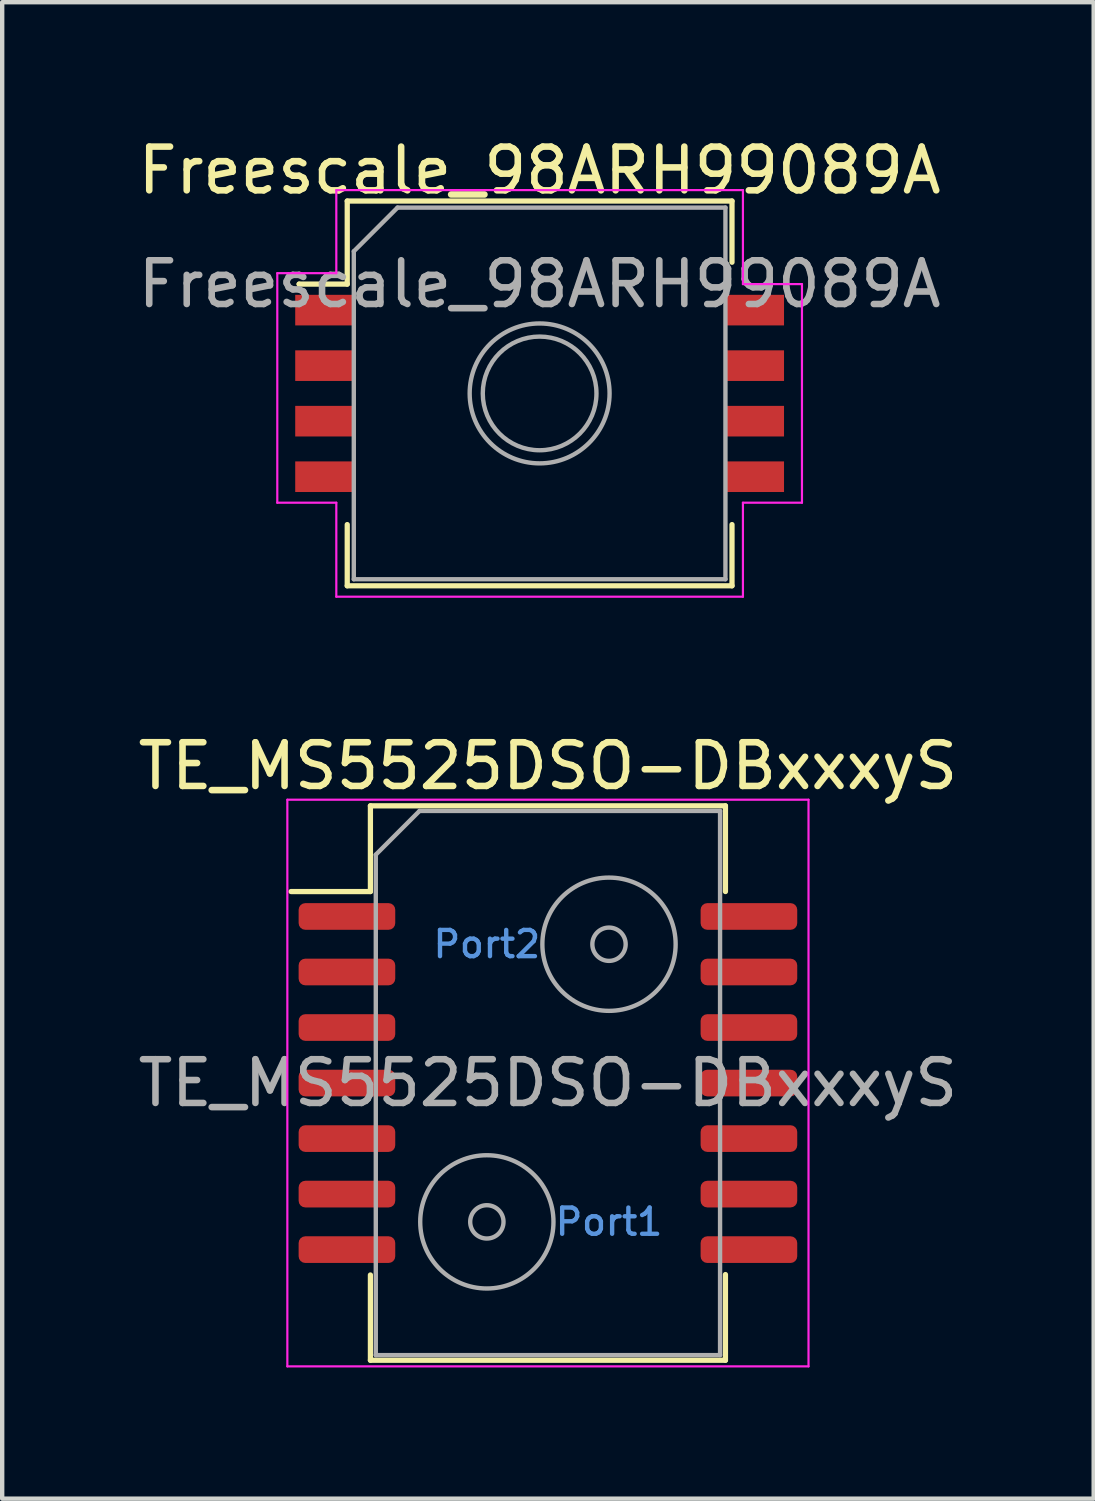
<source format=kicad_pcb>
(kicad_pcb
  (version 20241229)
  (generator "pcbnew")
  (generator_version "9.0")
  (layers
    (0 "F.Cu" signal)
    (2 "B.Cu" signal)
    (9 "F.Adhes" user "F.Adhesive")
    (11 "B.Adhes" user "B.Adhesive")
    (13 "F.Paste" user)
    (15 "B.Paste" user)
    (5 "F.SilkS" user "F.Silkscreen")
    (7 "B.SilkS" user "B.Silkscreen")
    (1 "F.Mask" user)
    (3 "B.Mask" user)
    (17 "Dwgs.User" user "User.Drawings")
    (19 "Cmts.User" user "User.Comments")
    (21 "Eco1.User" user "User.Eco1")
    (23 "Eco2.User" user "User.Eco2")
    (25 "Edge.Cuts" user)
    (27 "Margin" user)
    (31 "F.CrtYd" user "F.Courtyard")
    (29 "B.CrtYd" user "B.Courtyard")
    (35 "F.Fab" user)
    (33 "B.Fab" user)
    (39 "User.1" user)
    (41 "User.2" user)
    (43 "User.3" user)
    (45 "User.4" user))
  (footprint "TE_MS5525DSO-DBxxxyS"
    (layer "F.Cu")
    (at 9.482 21.721)
    (property "Reference" "TE_MS5525DSO-DBxxxyS" (at 0 -7.25 0) (layer "F.SilkS") (effects (font (size 1 1) (thickness 0.15))))
    (attr smd)
    (fp_line (start -4.06 -6.34) (end -4.06 -4.38) (stroke (width 0.12) (type solid)) (layer "F.SilkS"))
    (fp_line (start -4.06 -4.38) (end -5.875 -4.38) (stroke (width 0.12) (type solid)) (layer "F.SilkS"))
    (fp_line (start -4.06 6.34) (end -4.06 4.39) (stroke (width 0.12) (type solid)) (layer "F.SilkS"))
    (fp_line (start 4.06 -6.34) (end -4.06 -6.34) (stroke (width 0.12) (type solid)) (layer "F.SilkS"))
    (fp_line (start 4.06 -6.34) (end 4.06 -4.38) (stroke (width 0.12) (type solid)) (layer "F.SilkS"))
    (fp_line (start 4.06 6.34) (end -4.06 6.34) (stroke (width 0.12) (type solid)) (layer "F.SilkS"))
    (fp_line (start 4.06 6.34) (end 4.06 4.38) (stroke (width 0.12) (type solid)) (layer "F.SilkS"))
    (fp_line (start -5.96 -6.48) (end -5.96 6.48) (stroke (width 0.05) (type solid)) (layer "F.CrtYd"))
    (fp_line (start -5.96 -6.48) (end 5.96 -6.48) (stroke (width 0.05) (type solid)) (layer "F.CrtYd"))
    (fp_line (start -5.96 6.48) (end 5.96 6.48) (stroke (width 0.05) (type solid)) (layer "F.CrtYd"))
    (fp_line (start 5.96 -6.48) (end 5.96 6.48) (stroke (width 0.05) (type solid)) (layer "F.CrtYd"))
    (fp_line (start -3.937 6.223) (end -3.937 -5.223) (stroke (width 0.1) (type solid)) (layer "F.Fab"))
    (fp_line (start -3.937 6.223) (end 3.937 6.223) (stroke (width 0.1) (type solid)) (layer "F.Fab"))
    (fp_line (start -2.937 -6.223) (end -3.937 -5.223) (stroke (width 0.1) (type solid)) (layer "F.Fab"))
    (fp_line (start -2.937 -6.223) (end 3.937 -6.223) (stroke (width 0.1) (type solid)) (layer "F.Fab"))
    (fp_line (start 3.937 6.223) (end 3.937 -6.223) (stroke (width 0.1) (type solid)) (layer "F.Fab"))
    (fp_circle (center -1.397 3.175) (end -1.016 3.175) (stroke (width 0.1) (type solid)) (fill no) (layer "F.Fab"))
    (fp_circle (center -1.397 3.175) (end 0.127 3.175) (stroke (width 0.1) (type solid)) (fill no) (layer "F.Fab"))
    (fp_circle (center 1.397 -3.175) (end 1.778 -3.175) (stroke (width 0.1) (type solid)) (fill no) (layer "F.Fab"))
    (fp_circle (center 1.397 -3.175) (end 2.921 -3.175) (stroke (width 0.1) (type solid)) (fill no) (layer "F.Fab"))
    (fp_text user "Port1" (at 1.397 3.175 0) (layer "Cmts.User") (effects (font (size 0.6 0.6) (thickness 0.1))))
    (fp_text user "Port2" (at -1.397 -3.175 0) (layer "Cmts.User") (effects (font (size 0.6 0.6) (thickness 0.1))))
    (fp_text user "${REFERENCE}" (at 0 0 0) (layer "F.Fab") (effects (font (size 1 1) (thickness 0.15))))
    (pad "1" smd roundrect (at -4.597 -3.81) (size 2.21 0.61) (layers "F.Cu" "F.Mask" "F.Paste") (roundrect_rratio 0.25))
    (pad "2" smd roundrect (at -4.597 -2.54) (size 2.21 0.61) (layers "F.Cu" "F.Mask" "F.Paste") (roundrect_rratio 0.25))
    (pad "3" smd roundrect (at -4.597 -1.27) (size 2.21 0.61) (layers "F.Cu" "F.Mask" "F.Paste") (roundrect_rratio 0.25))
    (pad "4" smd roundrect (at -4.597 0) (size 2.21 0.61) (layers "F.Cu" "F.Mask" "F.Paste") (roundrect_rratio 0.25))
    (pad "5" smd roundrect (at -4.597 1.27) (size 2.21 0.61) (layers "F.Cu" "F.Mask" "F.Paste") (roundrect_rratio 0.25))
    (pad "6" smd roundrect (at -4.597 2.54) (size 2.21 0.61) (layers "F.Cu" "F.Mask" "F.Paste") (roundrect_rratio 0.25))
    (pad "7" smd roundrect (at -4.597 3.81) (size 2.21 0.61) (layers "F.Cu" "F.Mask" "F.Paste") (roundrect_rratio 0.25))
    (pad "8" smd roundrect (at 4.597 3.81) (size 2.21 0.61) (layers "F.Cu" "F.Mask" "F.Paste") (roundrect_rratio 0.25))
    (pad "9" smd roundrect (at 4.597 2.54) (size 2.21 0.61) (layers "F.Cu" "F.Mask" "F.Paste") (roundrect_rratio 0.25))
    (pad "10" smd roundrect (at 4.597 1.27) (size 2.21 0.61) (layers "F.Cu" "F.Mask" "F.Paste") (roundrect_rratio 0.25))
    (pad "11" smd roundrect (at 4.597 0) (size 2.21 0.61) (layers "F.Cu" "F.Mask" "F.Paste") (roundrect_rratio 0.25))
    (pad "12" smd roundrect (at 4.597 -1.27) (size 2.21 0.61) (layers "F.Cu" "F.Mask" "F.Paste") (roundrect_rratio 0.25))
    (pad "13" smd roundrect (at 4.597 -2.54) (size 2.21 0.61) (layers "F.Cu" "F.Mask" "F.Paste") (roundrect_rratio 0.25))
    (pad "14" smd roundrect (at 4.597 -3.81) (size 2.21 0.61) (layers "F.Cu" "F.Mask" "F.Paste") (roundrect_rratio 0.25)))
  (footprint "Freescale_98ARH99089A"
    (layer "F.Cu")
    (at 9.292 5.948)
    (property "Reference" "Freescale_98ARH99089A" (at 0 -5.1 0) (layer "F.SilkS") (effects (font (size 1 1) (thickness 0.15))))
    (attr smd)
    (fp_line (start -5.5 -2.5) (end -5.5 -2.5) (stroke (width 0.12) (type solid)) (layer "F.SilkS"))
    (fp_line (start -4.4 -4.4) (end -4.4 -2.5) (stroke (width 0.12) (type solid)) (layer "F.SilkS"))
    (fp_line (start -4.4 -2.5) (end -5.5 -2.5) (stroke (width 0.12) (type solid)) (layer "F.SilkS"))
    (fp_line (start -4.4 4.4) (end -4.4 3) (stroke (width 0.12) (type solid)) (layer "F.SilkS"))
    (fp_line (start 4.4 -4.4) (end -4.4 -4.4) (stroke (width 0.12) (type solid)) (layer "F.SilkS"))
    (fp_line (start 4.4 -3) (end 4.4 -4.4) (stroke (width 0.12) (type solid)) (layer "F.SilkS"))
    (fp_line (start 4.4 3) (end 4.4 4.4) (stroke (width 0.12) (type solid)) (layer "F.SilkS"))
    (fp_line (start 4.4 4.4) (end -4.4 4.4) (stroke (width 0.12) (type solid)) (layer "F.SilkS"))
    (fp_line (start -6 -2.75) (end -4.65 -2.75) (stroke (width 0.05) (type solid)) (layer "F.CrtYd"))
    (fp_line (start -6 2.5) (end -6 -2.75) (stroke (width 0.05) (type solid)) (layer "F.CrtYd"))
    (fp_line (start -5.75 -2.75) (end -5.75 -2.75) (stroke (width 0.05) (type solid)) (layer "F.CrtYd"))
    (fp_line (start -4.65 -4.65) (end 4.65 -4.65) (stroke (width 0.05) (type solid)) (layer "F.CrtYd"))
    (fp_line (start -4.65 -2.75) (end -4.65 -4.65) (stroke (width 0.05) (type solid)) (layer "F.CrtYd"))
    (fp_line (start -4.65 2.5) (end -6 2.5) (stroke (width 0.05) (type solid)) (layer "F.CrtYd"))
    (fp_line (start -4.65 4.65) (end -4.65 2.5) (stroke (width 0.05) (type solid)) (layer "F.CrtYd"))
    (fp_line (start 4.65 -4.65) (end 4.65 -2.5) (stroke (width 0.05) (type solid)) (layer "F.CrtYd"))
    (fp_line (start 4.65 -2.5) (end 6 -2.5) (stroke (width 0.05) (type solid)) (layer "F.CrtYd"))
    (fp_line (start 4.65 2.5) (end 4.65 4.65) (stroke (width 0.05) (type solid)) (layer "F.CrtYd"))
    (fp_line (start 4.65 4.65) (end -4.65 4.65) (stroke (width 0.05) (type solid)) (layer "F.CrtYd"))
    (fp_line (start 6 -2.5) (end 6 2.5) (stroke (width 0.05) (type solid)) (layer "F.CrtYd"))
    (fp_line (start 6 2.5) (end 4.65 2.5) (stroke (width 0.05) (type solid)) (layer "F.CrtYd"))
    (fp_line (start -4.25 -3.25) (end -3.25 -4.25) (stroke (width 0.1) (type solid)) (layer "F.Fab"))
    (fp_line (start -4.25 4.25) (end -4.25 -3.25) (stroke (width 0.1) (type solid)) (layer "F.Fab"))
    (fp_line (start -3.25 -4.25) (end 4.25 -4.25) (stroke (width 0.1) (type solid)) (layer "F.Fab"))
    (fp_line (start 4.25 -4.25) (end 4.25 4.25) (stroke (width 0.1) (type solid)) (layer "F.Fab"))
    (fp_line (start 4.25 4.25) (end -4.25 4.25) (stroke (width 0.1) (type solid)) (layer "F.Fab"))
    (fp_circle (center 0 0) (end 1.3 0) (stroke (width 0.1) (type solid)) (fill no) (layer "F.Fab"))
    (fp_circle (center 0 0) (end 1.6 0) (stroke (width 0.1) (type solid)) (fill no) (layer "F.Fab"))
    (fp_text user "${REFERENCE}" (at 0 -2.5 0) (layer "F.Fab") (effects (font (size 1 1) (thickness 0.15))))
    (pad "1" smd rect (at -4.915 -1.905) (size 1.35 0.7) (layers "F.Cu" "F.Mask" "F.Paste"))
    (pad "2" smd rect (at -4.915 -0.635) (size 1.35 0.7) (layers "F.Cu" "F.Mask" "F.Paste"))
    (pad "3" smd rect (at -4.915 0.635) (size 1.35 0.7) (layers "F.Cu" "F.Mask" "F.Paste"))
    (pad "4" smd rect (at -4.915 1.905) (size 1.35 0.7) (layers "F.Cu" "F.Mask" "F.Paste"))
    (pad "5" smd rect (at 4.915 1.905) (size 1.35 0.7) (layers "F.Cu" "F.Mask" "F.Paste"))
    (pad "6" smd rect (at 4.915 0.635) (size 1.35 0.7) (layers "F.Cu" "F.Mask" "F.Paste"))
    (pad "7" smd rect (at 4.915 -0.635) (size 1.35 0.7) (layers "F.Cu" "F.Mask" "F.Paste"))
    (pad "8" smd rect (at 4.915 -1.905) (size 1.35 0.7) (layers "F.Cu" "F.Mask" "F.Paste")))
  (gr_rect
    (start -3 -3)
    (end 21.964 31.227)
    (stroke (width 0.1) (type default))
    (fill no)
    (layer "Edge.Cuts")))
</source>
